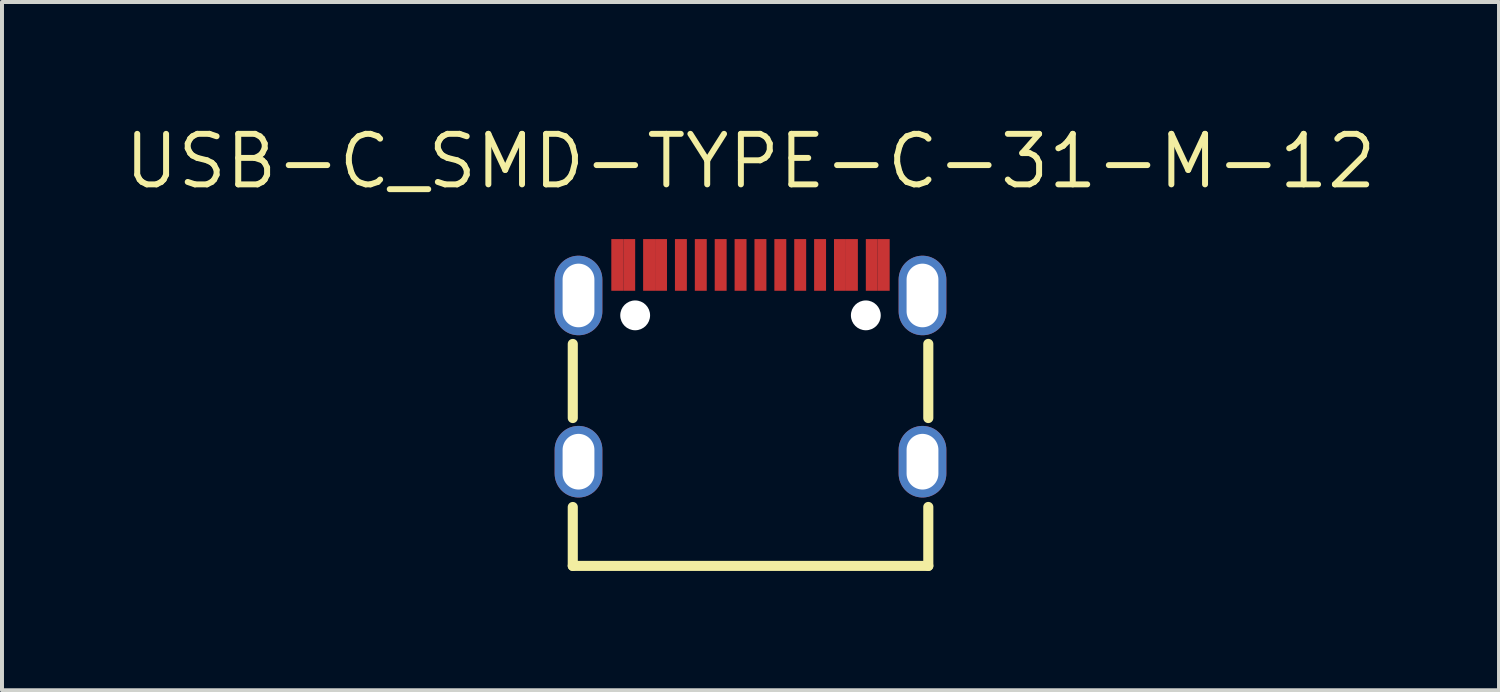
<source format=kicad_pcb>
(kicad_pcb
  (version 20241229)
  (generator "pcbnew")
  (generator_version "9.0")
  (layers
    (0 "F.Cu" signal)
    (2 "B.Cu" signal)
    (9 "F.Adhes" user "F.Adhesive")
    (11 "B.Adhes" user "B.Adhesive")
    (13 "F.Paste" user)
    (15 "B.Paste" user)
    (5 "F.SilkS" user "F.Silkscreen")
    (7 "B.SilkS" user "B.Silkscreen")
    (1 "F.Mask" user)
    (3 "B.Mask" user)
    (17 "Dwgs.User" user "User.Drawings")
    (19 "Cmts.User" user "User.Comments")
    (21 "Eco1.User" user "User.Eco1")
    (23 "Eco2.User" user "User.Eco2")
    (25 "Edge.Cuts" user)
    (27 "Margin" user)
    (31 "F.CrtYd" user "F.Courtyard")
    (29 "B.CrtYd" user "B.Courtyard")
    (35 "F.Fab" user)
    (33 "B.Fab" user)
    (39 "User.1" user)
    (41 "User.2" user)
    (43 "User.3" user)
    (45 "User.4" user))
  (footprint "USB-C_SMD-TYPE-C-31-M-12"
    (layer "F.Cu")
    (at 15.822 6.086)
    (property "Reference" "USB-C_SMD-TYPE-C-31-M-12" (at 0 -5.08 0) (layer "F.SilkS") (effects (font (size 1.27 1.27) (thickness 0.15))))
    (attr smd)
    (fp_line (start -4.469 1.376) (end -4.469 -0.487) (stroke (width 0.254) (type solid)) (layer "F.SilkS"))
    (fp_line (start -4.469 5.094) (end -4.469 3.613) (stroke (width 0.254) (type solid)) (layer "F.SilkS"))
    (fp_line (start 4.471 1.376) (end 4.471 -0.488) (stroke (width 0.254) (type solid)) (layer "F.SilkS"))
    (fp_line (start 4.471 5.094) (end -4.469 5.094) (stroke (width 0.254) (type solid)) (layer "F.SilkS"))
    (fp_line (start 4.471 5.094) (end 4.471 3.612) (stroke (width 0.254) (type solid)) (layer "F.SilkS"))
    (fp_poly (pts (xy -1.6 -1.824) (xy -1.6 -3.124) (xy -1.9 -3.124) (xy -1.9 -1.824)) (stroke (width 0) (type solid)) (fill yes) (layer "F.Paste"))
    (fp_poly (pts (xy -1.4 -3.124) (xy -1.4 -1.824) (xy -1.1 -1.824) (xy -1.1 -3.124)) (stroke (width 0) (type solid)) (fill yes) (layer "F.Paste"))
    (fp_poly (pts (xy -0.6 -1.824) (xy -0.6 -3.124) (xy -0.9 -3.124) (xy -0.9 -1.824)) (stroke (width 0) (type solid)) (fill yes) (layer "F.Paste"))
    (fp_poly (pts (xy -0.1 -1.824) (xy -0.1 -3.124) (xy -0.4 -3.124) (xy -0.4 -1.824)) (stroke (width 0) (type solid)) (fill yes) (layer "F.Paste"))
    (fp_poly (pts (xy 0.4 -1.824) (xy 0.4 -3.124) (xy 0.1 -3.124) (xy 0.1 -1.824)) (stroke (width 0) (type solid)) (fill yes) (layer "F.Paste"))
    (fp_poly (pts (xy 0.9 -1.824) (xy 0.9 -3.124) (xy 0.6 -3.124) (xy 0.6 -1.824)) (stroke (width 0) (type solid)) (fill yes) (layer "F.Paste"))
    (fp_poly (pts (xy 1.4 -1.824) (xy 1.4 -3.124) (xy 1.1 -3.124) (xy 1.1 -1.824)) (stroke (width 0) (type solid)) (fill yes) (layer "F.Paste"))
    (fp_poly (pts (xy 1.9 -1.824) (xy 1.9 -3.124) (xy 1.6 -3.124) (xy 1.6 -1.824)) (stroke (width 0) (type solid)) (fill yes) (layer "F.Paste"))
    (fp_poly (pts (xy -2.9 -1.824) (xy -2.9 -3.124) (xy -3.2 -3.124) (xy -3.5 -3.124) (xy -3.5 -1.824) (xy -3.2 -1.824)) (stroke (width 0) (type solid)) (fill yes) (layer "F.Paste"))
    (fp_poly (pts (xy -2.1 -1.824) (xy -2.1 -3.124) (xy -2.4 -3.124) (xy -2.7 -3.124) (xy -2.7 -1.824) (xy -2.4 -1.824)) (stroke (width 0) (type solid)) (fill yes) (layer "F.Paste"))
    (fp_poly (pts (xy 2.7 -1.824) (xy 2.7 -3.124) (xy 2.4 -3.124) (xy 2.1 -3.124) (xy 2.1 -1.824) (xy 2.4 -1.824)) (stroke (width 0) (type solid)) (fill yes) (layer "F.Paste"))
    (fp_poly (pts (xy 3.5 -1.824) (xy 3.5 -3.124) (xy 3.2 -3.124) (xy 2.9 -3.124) (xy 2.9 -1.824) (xy 3.2 -1.824)) (stroke (width 0) (type solid)) (fill yes) (layer "F.Paste"))
    (fp_poly (pts (xy -4.34 1.574) (xy -4.37 1.576) (xy -4.4 1.579) (xy -4.429 1.583) (xy -4.459 1.589) (xy -4.488 1.597) (xy -4.516 1.605) (xy -4.544 1.616) (xy -4.572 1.627) (xy -4.599 1.64) (xy -4.625 1.655) (xy -4.651 1.67) (xy -4.675 1.687) (xy -4.699 1.705) (xy -4.722 1.724) (xy -4.744 1.745) (xy -4.765 1.766) (xy -4.785 1.788) (xy -4.803 1.812) (xy -4.821 1.836) (xy -4.837 1.861) (xy -4.852 1.887) (xy -4.866 1.914) (xy -4.878 1.941) (xy -4.889 1.969) (xy -4.898 1.997) (xy -4.907 2.026) (xy -4.913 2.055) (xy -4.918 2.085) (xy -4.922 2.114) (xy -4.924 2.144) (xy -4.925 2.174) (xy -4.925 2.774) (xy -4.924 2.804) (xy -4.922 2.834) (xy -4.918 2.864) (xy -4.913 2.893) (xy -4.907 2.922) (xy -4.898 2.951) (xy -4.889 2.979) (xy -4.878 3.007) (xy -4.866 3.034) (xy -4.852 3.061) (xy -4.837 3.087) (xy -4.821 3.112) (xy -4.803 3.136) (xy -4.785 3.16) (xy -4.765 3.182) (xy -4.744 3.204) (xy -4.722 3.224) (xy -4.699 3.243) (xy -4.675 3.261) (xy -4.651 3.278) (xy -4.625 3.294) (xy -4.599 3.308) (xy -4.572 3.321) (xy -4.544 3.333) (xy -4.516 3.343) (xy -4.488 3.352) (xy -4.459 3.359) (xy -4.429 3.365) (xy -4.4 3.369) (xy -4.37 3.372) (xy -4.34 3.374) (xy -4.31 3.374) (xy -4.28 3.372) (xy -4.251 3.369) (xy -4.221 3.365) (xy -4.192 3.359) (xy -4.163 3.352) (xy -4.134 3.343) (xy -4.106 3.333) (xy -4.078 3.321) (xy -4.051 3.308) (xy -4.025 3.294) (xy -4 3.278) (xy -3.975 3.261) (xy -3.951 3.243) (xy -3.928 3.224) (xy -3.906 3.204) (xy -3.885 3.182) (xy -3.865 3.16) (xy -3.847 3.136) (xy -3.829 3.112) (xy -3.813 3.087) (xy -3.798 3.061) (xy -3.785 3.034) (xy -3.772 3.007) (xy -3.761 2.979) (xy -3.752 2.951) (xy -3.744 2.922) (xy -3.737 2.893) (xy -3.732 2.864) (xy -3.728 2.834) (xy -3.726 2.804) (xy -3.725 2.774) (xy -3.725 2.174) (xy -3.726 2.144) (xy -3.728 2.114) (xy -3.732 2.085) (xy -3.737 2.055) (xy -3.744 2.026) (xy -3.752 1.997) (xy -3.761 1.969) (xy -3.772 1.941) (xy -3.785 1.914) (xy -3.798 1.887) (xy -3.813 1.861) (xy -3.829 1.836) (xy -3.847 1.812) (xy -3.865 1.788) (xy -3.885 1.766) (xy -3.906 1.745) (xy -3.928 1.724) (xy -3.951 1.705) (xy -3.975 1.687) (xy -4 1.67) (xy -4.025 1.655) (xy -4.051 1.64) (xy -4.078 1.627) (xy -4.106 1.616) (xy -4.134 1.605) (xy -4.163 1.597) (xy -4.192 1.589) (xy -4.221 1.583) (xy -4.251 1.579) (xy -4.28 1.576) (xy -4.31 1.574)) (stroke (width 0) (type solid)) (fill yes) (layer "F.Paste"))
    (fp_poly (pts (xy -4.28 -2.704) (xy -4.31 -2.706) (xy -4.34 -2.706) (xy -4.37 -2.704) (xy -4.4 -2.701) (xy -4.429 -2.697) (xy -4.459 -2.691) (xy -4.488 -2.683) (xy -4.516 -2.675) (xy -4.544 -2.664) (xy -4.572 -2.653) (xy -4.599 -2.64) (xy -4.625 -2.625) (xy -4.651 -2.61) (xy -4.675 -2.593) (xy -4.699 -2.575) (xy -4.722 -2.556) (xy -4.744 -2.535) (xy -4.765 -2.514) (xy -4.785 -2.491) (xy -4.803 -2.468) (xy -4.821 -2.444) (xy -4.837 -2.419) (xy -4.852 -2.393) (xy -4.866 -2.366) (xy -4.878 -2.339) (xy -4.889 -2.311) (xy -4.898 -2.283) (xy -4.907 -2.254) (xy -4.913 -2.225) (xy -4.918 -2.195) (xy -4.922 -2.166) (xy -4.924 -2.136) (xy -4.925 -2.106) (xy -4.925 -1.306) (xy -4.924 -1.276) (xy -4.922 -1.246) (xy -4.918 -1.216) (xy -4.913 -1.187) (xy -4.907 -1.158) (xy -4.898 -1.129) (xy -4.889 -1.101) (xy -4.878 -1.073) (xy -4.866 -1.045) (xy -4.852 -1.019) (xy -4.837 -0.993) (xy -4.821 -0.968) (xy -4.803 -0.944) (xy -4.785 -0.92) (xy -4.765 -0.898) (xy -4.744 -0.876) (xy -4.722 -0.856) (xy -4.699 -0.837) (xy -4.675 -0.819) (xy -4.651 -0.802) (xy -4.625 -0.786) (xy -4.599 -0.772) (xy -4.572 -0.759) (xy -4.544 -0.747) (xy -4.516 -0.737) (xy -4.488 -0.728) (xy -4.459 -0.721) (xy -4.429 -0.715) (xy -4.4 -0.71) (xy -4.37 -0.707) (xy -4.34 -0.706) (xy -4.31 -0.706) (xy -4.28 -0.707) (xy -4.251 -0.71) (xy -4.221 -0.715) (xy -4.192 -0.721) (xy -4.163 -0.728) (xy -4.134 -0.737) (xy -4.106 -0.747) (xy -4.078 -0.759) (xy -4.051 -0.772) (xy -4.025 -0.786) (xy -4 -0.802) (xy -3.975 -0.819) (xy -3.951 -0.837) (xy -3.928 -0.856) (xy -3.906 -0.876) (xy -3.885 -0.898) (xy -3.865 -0.92) (xy -3.847 -0.944) (xy -3.829 -0.968) (xy -3.813 -0.993) (xy -3.798 -1.019) (xy -3.785 -1.045) (xy -3.772 -1.073) (xy -3.761 -1.101) (xy -3.752 -1.129) (xy -3.744 -1.158) (xy -3.737 -1.187) (xy -3.732 -1.216) (xy -3.728 -1.246) (xy -3.726 -1.276) (xy -3.725 -1.306) (xy -3.725 -2.106) (xy -3.726 -2.136) (xy -3.728 -2.166) (xy -3.732 -2.195) (xy -3.737 -2.225) (xy -3.744 -2.254) (xy -3.752 -2.283) (xy -3.761 -2.311) (xy -3.772 -2.339) (xy -3.785 -2.366) (xy -3.798 -2.393) (xy -3.813 -2.419) (xy -3.829 -2.444) (xy -3.847 -2.468) (xy -3.865 -2.491) (xy -3.885 -2.514) (xy -3.906 -2.535) (xy -3.928 -2.556) (xy -3.951 -2.575) (xy -3.975 -2.593) (xy -4 -2.61) (xy -4.025 -2.625) (xy -4.051 -2.64) (xy -4.078 -2.653) (xy -4.106 -2.664) (xy -4.134 -2.675) (xy -4.163 -2.683) (xy -4.192 -2.691) (xy -4.221 -2.697) (xy -4.251 -2.701)) (stroke (width 0) (type solid)) (fill yes) (layer "F.Paste"))
    (fp_poly (pts (xy 4.37 -2.704) (xy 4.34 -2.706) (xy 4.31 -2.706) (xy 4.28 -2.704) (xy 4.251 -2.701) (xy 4.221 -2.697) (xy 4.192 -2.691) (xy 4.163 -2.683) (xy 4.134 -2.675) (xy 4.106 -2.664) (xy 4.078 -2.653) (xy 4.051 -2.64) (xy 4.025 -2.625) (xy 4 -2.61) (xy 3.975 -2.593) (xy 3.951 -2.575) (xy 3.928 -2.556) (xy 3.906 -2.535) (xy 3.885 -2.514) (xy 3.865 -2.491) (xy 3.847 -2.468) (xy 3.829 -2.444) (xy 3.813 -2.419) (xy 3.798 -2.393) (xy 3.785 -2.366) (xy 3.772 -2.339) (xy 3.761 -2.311) (xy 3.752 -2.283) (xy 3.744 -2.254) (xy 3.737 -2.225) (xy 3.732 -2.195) (xy 3.728 -2.166) (xy 3.726 -2.136) (xy 3.725 -2.106) (xy 3.725 -1.306) (xy 3.726 -1.276) (xy 3.728 -1.246) (xy 3.732 -1.216) (xy 3.737 -1.187) (xy 3.744 -1.158) (xy 3.752 -1.129) (xy 3.761 -1.101) (xy 3.772 -1.073) (xy 3.785 -1.045) (xy 3.798 -1.019) (xy 3.813 -0.993) (xy 3.829 -0.968) (xy 3.847 -0.944) (xy 3.865 -0.92) (xy 3.885 -0.898) (xy 3.906 -0.876) (xy 3.928 -0.856) (xy 3.951 -0.837) (xy 3.975 -0.819) (xy 4 -0.802) (xy 4.025 -0.786) (xy 4.051 -0.772) (xy 4.078 -0.759) (xy 4.106 -0.747) (xy 4.134 -0.737) (xy 4.163 -0.728) (xy 4.192 -0.721) (xy 4.221 -0.715) (xy 4.251 -0.71) (xy 4.28 -0.707) (xy 4.31 -0.706) (xy 4.34 -0.706) (xy 4.37 -0.707) (xy 4.4 -0.71) (xy 4.429 -0.715) (xy 4.459 -0.721) (xy 4.488 -0.728) (xy 4.516 -0.737) (xy 4.544 -0.747) (xy 4.572 -0.759) (xy 4.599 -0.772) (xy 4.625 -0.786) (xy 4.651 -0.802) (xy 4.675 -0.819) (xy 4.699 -0.837) (xy 4.722 -0.856) (xy 4.744 -0.876) (xy 4.765 -0.898) (xy 4.785 -0.92) (xy 4.803 -0.944) (xy 4.821 -0.968) (xy 4.837 -0.993) (xy 4.852 -1.019) (xy 4.866 -1.045) (xy 4.878 -1.073) (xy 4.889 -1.101) (xy 4.898 -1.129) (xy 4.907 -1.158) (xy 4.913 -1.187) (xy 4.918 -1.216) (xy 4.922 -1.246) (xy 4.924 -1.276) (xy 4.925 -1.306) (xy 4.925 -2.106) (xy 4.924 -2.136) (xy 4.922 -2.166) (xy 4.918 -2.195) (xy 4.913 -2.225) (xy 4.907 -2.254) (xy 4.898 -2.283) (xy 4.889 -2.311) (xy 4.878 -2.339) (xy 4.866 -2.366) (xy 4.852 -2.393) (xy 4.837 -2.419) (xy 4.821 -2.444) (xy 4.803 -2.468) (xy 4.785 -2.491) (xy 4.765 -2.514) (xy 4.744 -2.535) (xy 4.722 -2.556) (xy 4.699 -2.575) (xy 4.675 -2.593) (xy 4.651 -2.61) (xy 4.625 -2.625) (xy 4.599 -2.64) (xy 4.572 -2.653) (xy 4.544 -2.664) (xy 4.516 -2.675) (xy 4.488 -2.683) (xy 4.459 -2.691) (xy 4.429 -2.697) (xy 4.4 -2.701)) (stroke (width 0) (type solid)) (fill yes) (layer "F.Paste"))
    (fp_poly (pts (xy 4.37 1.576) (xy 4.34 1.574) (xy 4.31 1.574) (xy 4.28 1.576) (xy 4.251 1.579) (xy 4.221 1.583) (xy 4.192 1.589) (xy 4.163 1.597) (xy 4.134 1.605) (xy 4.106 1.616) (xy 4.078 1.627) (xy 4.051 1.64) (xy 4.025 1.655) (xy 4 1.67) (xy 3.975 1.687) (xy 3.951 1.705) (xy 3.928 1.724) (xy 3.906 1.745) (xy 3.885 1.766) (xy 3.865 1.788) (xy 3.847 1.812) (xy 3.829 1.836) (xy 3.813 1.861) (xy 3.798 1.887) (xy 3.785 1.914) (xy 3.772 1.941) (xy 3.761 1.969) (xy 3.752 1.997) (xy 3.744 2.026) (xy 3.737 2.055) (xy 3.732 2.085) (xy 3.728 2.114) (xy 3.726 2.144) (xy 3.725 2.174) (xy 3.725 2.774) (xy 3.726 2.804) (xy 3.728 2.834) (xy 3.732 2.864) (xy 3.737 2.893) (xy 3.744 2.922) (xy 3.752 2.951) (xy 3.761 2.979) (xy 3.772 3.007) (xy 3.785 3.034) (xy 3.798 3.061) (xy 3.813 3.087) (xy 3.829 3.112) (xy 3.847 3.136) (xy 3.865 3.16) (xy 3.885 3.182) (xy 3.906 3.204) (xy 3.928 3.224) (xy 3.951 3.243) (xy 3.975 3.261) (xy 4 3.278) (xy 4.025 3.294) (xy 4.051 3.308) (xy 4.078 3.321) (xy 4.106 3.333) (xy 4.134 3.343) (xy 4.163 3.352) (xy 4.192 3.359) (xy 4.221 3.365) (xy 4.251 3.369) (xy 4.28 3.372) (xy 4.31 3.374) (xy 4.34 3.374) (xy 4.37 3.372) (xy 4.4 3.369) (xy 4.429 3.365) (xy 4.459 3.359) (xy 4.488 3.352) (xy 4.516 3.343) (xy 4.544 3.333) (xy 4.572 3.321) (xy 4.599 3.308) (xy 4.625 3.294) (xy 4.651 3.278) (xy 4.675 3.261) (xy 4.699 3.243) (xy 4.722 3.224) (xy 4.744 3.204) (xy 4.765 3.182) (xy 4.785 3.16) (xy 4.803 3.136) (xy 4.821 3.112) (xy 4.837 3.087) (xy 4.852 3.061) (xy 4.866 3.034) (xy 4.878 3.007) (xy 4.889 2.979) (xy 4.898 2.951) (xy 4.907 2.922) (xy 4.913 2.893) (xy 4.918 2.864) (xy 4.922 2.834) (xy 4.924 2.804) (xy 4.925 2.774) (xy 4.925 2.174) (xy 4.924 2.144) (xy 4.922 2.114) (xy 4.918 2.085) (xy 4.913 2.055) (xy 4.907 2.026) (xy 4.898 1.997) (xy 4.889 1.969) (xy 4.878 1.941) (xy 4.866 1.914) (xy 4.852 1.887) (xy 4.837 1.861) (xy 4.821 1.836) (xy 4.803 1.812) (xy 4.785 1.788) (xy 4.765 1.766) (xy 4.744 1.745) (xy 4.722 1.724) (xy 4.699 1.705) (xy 4.675 1.687) (xy 4.651 1.67) (xy 4.625 1.655) (xy 4.599 1.64) (xy 4.572 1.627) (xy 4.544 1.616) (xy 4.516 1.605) (xy 4.488 1.597) (xy 4.459 1.589) (xy 4.429 1.583) (xy 4.4 1.579)) (stroke (width 0) (type solid)) (fill yes) (layer "F.Paste"))
    (fp_circle (center -2.9 -1.206) (end -2.775 -1.206) (stroke (width 0.25) (type solid)) (fill no) (layer "Cmts.User"))
    (fp_circle (center 2.9 -1.206) (end 3.025 -1.206) (stroke (width 0.25) (type solid)) (fill no) (layer "Cmts.User"))
    (pad "" np_thru_hole circle (at -2.9 -1.206) (size 0.75 0.75) (drill 0.75) (layers "*.Cu" "*.Mask"))
    (pad "" np_thru_hole circle (at 2.9 -1.206) (size 0.75 0.75) (drill 0.75) (layers "*.Cu" "*.Mask"))
    (pad "A1" smd rect (at -3.35 -2.474) (size 0.3 1.3) (layers "F.Cu" "F.Mask" "F.Paste"))
    (pad "A4" smd rect (at -2.55 -2.474) (size 0.3 1.3) (layers "F.Cu" "F.Mask" "F.Paste"))
    (pad "A5" smd rect (at -1.25 -2.474) (size 0.3 1.3) (layers "F.Cu" "F.Mask" "F.Paste"))
    (pad "A6" smd rect (at -0.25 -2.474) (size 0.3 1.3) (layers "F.Cu" "F.Mask" "F.Paste"))
    (pad "A7" smd rect (at 0.25 -2.474) (size 0.3 1.3) (layers "F.Cu" "F.Mask" "F.Paste"))
    (pad "A8" smd rect (at 1.25 -2.474) (size 0.3 1.3) (layers "F.Cu" "F.Mask" "F.Paste"))
    (pad "A9" smd rect (at 2.55 -2.474) (size 0.3 1.3) (layers "F.Cu" "F.Mask" "F.Paste"))
    (pad "A12" smd rect (at 3.35 -2.474) (size 0.3 1.3) (layers "F.Cu" "F.Mask" "F.Paste"))
    (pad "B1" smd rect (at 3.05 -2.474) (size 0.3 1.3) (layers "F.Cu" "F.Mask" "F.Paste"))
    (pad "B4" smd rect (at 2.25 -2.474) (size 0.3 1.3) (layers "F.Cu" "F.Mask" "F.Paste"))
    (pad "B5" smd rect (at 1.75 -2.474) (size 0.3 1.3) (layers "F.Cu" "F.Mask" "F.Paste"))
    (pad "B6" smd rect (at 0.75 -2.474) (size 0.3 1.3) (layers "F.Cu" "F.Mask" "F.Paste"))
    (pad "B7" smd rect (at -0.75 -2.474) (size 0.3 1.3) (layers "F.Cu" "F.Mask" "F.Paste"))
    (pad "B8" smd rect (at -1.75 -2.474) (size 0.3 1.3) (layers "F.Cu" "F.Mask" "F.Paste"))
    (pad "B9" smd rect (at -2.25 -2.474) (size 0.3 1.3) (layers "F.Cu" "F.Mask" "F.Paste"))
    (pad "B12" smd rect (at -3.05 -2.474) (size 0.3 1.3) (layers "F.Cu" "F.Mask" "F.Paste"))
    (pad "S1" thru_hole oval (at -4.325 -1.706) (size 1.2 2) (drill oval 0.8 1.6) (layers "*.Cu" "*.Paste" "*.Mask"))
    (pad "S1" thru_hole oval (at -4.325 2.474) (size 1.2 1.8) (drill oval 0.8 1.4) (layers "*.Cu" "*.Paste" "*.Mask"))
    (pad "S1" thru_hole oval (at 4.325 -1.706) (size 1.2 2) (drill oval 0.8 1.6) (layers "*.Cu" "*.Paste" "*.Mask"))
    (pad "S1" thru_hole oval (at 4.325 2.474) (size 1.2 1.8) (drill oval 0.8 1.4) (layers "*.Cu" "*.Paste" "*.Mask")))
  (gr_rect
    (start -3 -3)
    (end 34.644 14.307)
    (stroke (width 0.1) (type default))
    (fill no)
    (layer "Edge.Cuts")))
</source>
